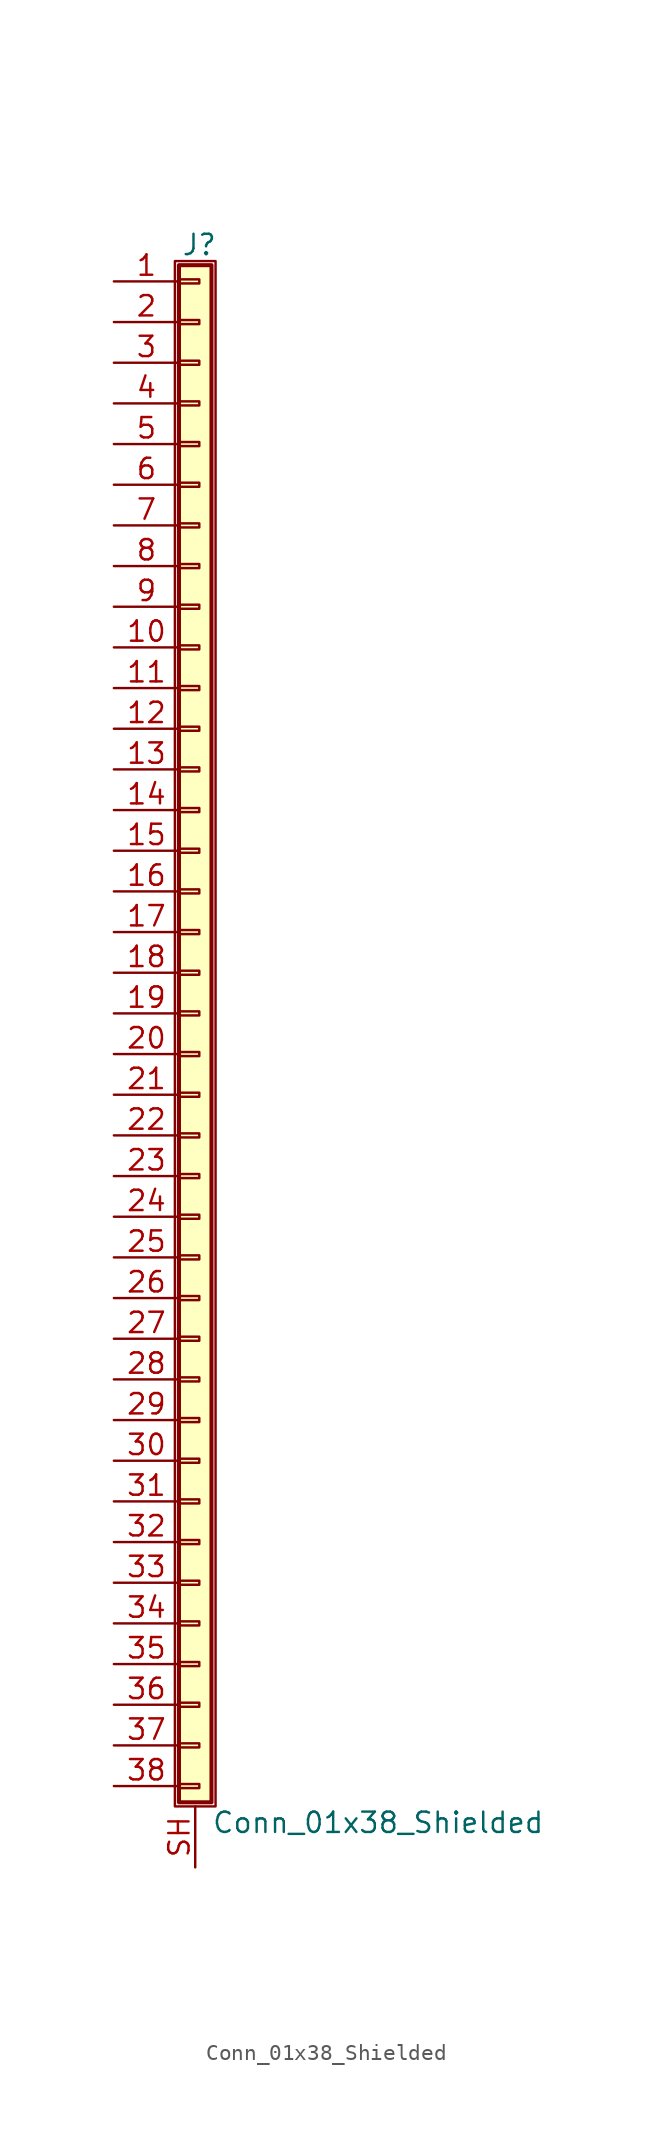
<source format=kicad_sym>
(kicad_symbol_lib
  (version 20201005)
  (generator kicad_symbol_editor)
  (symbol "Conn_01x38_Shielded"
    (pin_names
      (offset 1.016) hide)
    (property "Reference" "J"
      (at 0.254 48.006 0)
      (effects (font (size 1.27 1.27))))
    (property "Value" "Conn_01x38_Shielded"
      (at 1.016 -50.546 0)
      (effects (font (size 1.27 1.27)) (justify left)))
    (symbol "Conn_01x38_Shielded_1_1"
      (rectangle (start -1.27 46.99) (end 1.27 -49.53) (stroke (width 0.152)) (fill (type none)))
      (rectangle (start -1.016 -48.133) (end 0.254 -48.387) (stroke (width 0.152)) (fill (type none)))
      (rectangle (start -1.016 -45.593) (end 0.254 -45.847) (stroke (width 0.152)) (fill (type none)))
      (rectangle (start -1.016 -43.053) (end 0.254 -43.307) (stroke (width 0.152)) (fill (type none)))
      (rectangle (start -1.016 -40.513) (end 0.254 -40.767) (stroke (width 0.152)) (fill (type none)))
      (rectangle (start -1.016 -37.973) (end 0.254 -38.227) (stroke (width 0.152)) (fill (type none)))
      (rectangle (start -1.016 -35.433) (end 0.254 -35.687) (stroke (width 0.152)) (fill (type none)))
      (rectangle (start -1.016 -32.893) (end 0.254 -33.147) (stroke (width 0.152)) (fill (type none)))
      (rectangle (start -1.016 -30.353) (end 0.254 -30.607) (stroke (width 0.152)) (fill (type none)))
      (rectangle (start -1.016 -27.813) (end 0.254 -28.067) (stroke (width 0.152)) (fill (type none)))
      (rectangle (start -1.016 -25.273) (end 0.254 -25.527) (stroke (width 0.152)) (fill (type none)))
      (rectangle (start -1.016 -22.733) (end 0.254 -22.987) (stroke (width 0.152)) (fill (type none)))
      (rectangle (start -1.016 -20.193) (end 0.254 -20.447) (stroke (width 0.152)) (fill (type none)))
      (rectangle (start -1.016 -17.653) (end 0.254 -17.907) (stroke (width 0.152)) (fill (type none)))
      (rectangle (start -1.016 -15.113) (end 0.254 -15.367) (stroke (width 0.152)) (fill (type none)))
      (rectangle (start -1.016 -12.573) (end 0.254 -12.827) (stroke (width 0.152)) (fill (type none)))
      (rectangle (start -1.016 -10.033) (end 0.254 -10.287) (stroke (width 0.152)) (fill (type none)))
      (rectangle (start -1.016 -7.493) (end 0.254 -7.747) (stroke (width 0.152)) (fill (type none)))
      (rectangle (start -1.016 -4.953) (end 0.254 -5.207) (stroke (width 0.152)) (fill (type none)))
      (rectangle (start -1.016 -2.413) (end 0.254 -2.667) (stroke (width 0.152)) (fill (type none)))
      (rectangle (start -1.016 0.127) (end 0.254 -0.127) (stroke (width 0.152)) (fill (type none)))
      (rectangle (start -1.016 2.667) (end 0.254 2.413) (stroke (width 0.152)) (fill (type none)))
      (rectangle (start -1.016 5.207) (end 0.254 4.953) (stroke (width 0.152)) (fill (type none)))
      (rectangle (start -1.016 7.747) (end 0.254 7.493) (stroke (width 0.152)) (fill (type none)))
      (rectangle (start -1.016 10.287) (end 0.254 10.033) (stroke (width 0.152)) (fill (type none)))
      (rectangle (start -1.016 12.827) (end 0.254 12.573) (stroke (width 0.152)) (fill (type none)))
      (rectangle (start -1.016 15.367) (end 0.254 15.113) (stroke (width 0.152)) (fill (type none)))
      (rectangle (start -1.016 17.907) (end 0.254 17.653) (stroke (width 0.152)) (fill (type none)))
      (rectangle (start -1.016 20.447) (end 0.254 20.193) (stroke (width 0.152)) (fill (type none)))
      (rectangle (start -1.016 22.987) (end 0.254 22.733) (stroke (width 0.152)) (fill (type none)))
      (rectangle (start -1.016 25.527) (end 0.254 25.273) (stroke (width 0.152)) (fill (type none)))
      (rectangle (start -1.016 28.067) (end 0.254 27.813) (stroke (width 0.152)) (fill (type none)))
      (rectangle (start -1.016 30.607) (end 0.254 30.353) (stroke (width 0.152)) (fill (type none)))
      (rectangle (start -1.016 33.147) (end 0.254 32.893) (stroke (width 0.152)) (fill (type none)))
      (rectangle (start -1.016 35.687) (end 0.254 35.433) (stroke (width 0.152)) (fill (type none)))
      (rectangle (start -1.016 38.227) (end 0.254 37.973) (stroke (width 0.152)) (fill (type none)))
      (rectangle (start -1.016 40.767) (end 0.254 40.513) (stroke (width 0.152)) (fill (type none)))
      (rectangle (start -1.016 43.307) (end 0.254 43.053) (stroke (width 0.152)) (fill (type none)))
      (rectangle (start -1.016 45.847) (end 0.254 45.593) (stroke (width 0.152)) (fill (type none)))
      (rectangle (start -1.016 46.736) (end 1.016 -49.276) (stroke (width 0.254)) (fill (type background)))
      (pin passive line (at -5.08 45.72 0) (length 4.064) (name "Pin_1" (effects (font (size 1.27 1.27)))) (number "1" (effects (font (size 1.27 1.27)))))
      (pin passive line (at -5.08 22.86 0) (length 4.064) (name "Pin_10" (effects (font (size 1.27 1.27)))) (number "10" (effects (font (size 1.27 1.27)))))
      (pin passive line (at -5.08 20.32 0) (length 4.064) (name "Pin_11" (effects (font (size 1.27 1.27)))) (number "11" (effects (font (size 1.27 1.27)))))
      (pin passive line (at -5.08 17.78 0) (length 4.064) (name "Pin_12" (effects (font (size 1.27 1.27)))) (number "12" (effects (font (size 1.27 1.27)))))
      (pin passive line (at -5.08 15.24 0) (length 4.064) (name "Pin_13" (effects (font (size 1.27 1.27)))) (number "13" (effects (font (size 1.27 1.27)))))
      (pin passive line (at -5.08 12.7 0) (length 4.064) (name "Pin_14" (effects (font (size 1.27 1.27)))) (number "14" (effects (font (size 1.27 1.27)))))
      (pin passive line (at -5.08 10.16 0) (length 4.064) (name "Pin_15" (effects (font (size 1.27 1.27)))) (number "15" (effects (font (size 1.27 1.27)))))
      (pin passive line (at -5.08 7.62 0) (length 4.064) (name "Pin_16" (effects (font (size 1.27 1.27)))) (number "16" (effects (font (size 1.27 1.27)))))
      (pin passive line (at -5.08 5.08 0) (length 4.064) (name "Pin_17" (effects (font (size 1.27 1.27)))) (number "17" (effects (font (size 1.27 1.27)))))
      (pin passive line (at -5.08 2.54 0) (length 4.064) (name "Pin_18" (effects (font (size 1.27 1.27)))) (number "18" (effects (font (size 1.27 1.27)))))
      (pin passive line (at -5.08 0 0) (length 4.064) (name "Pin_19" (effects (font (size 1.27 1.27)))) (number "19" (effects (font (size 1.27 1.27)))))
      (pin passive line (at -5.08 43.18 0) (length 4.064) (name "Pin_2" (effects (font (size 1.27 1.27)))) (number "2" (effects (font (size 1.27 1.27)))))
      (pin passive line (at -5.08 -2.54 0) (length 4.064) (name "Pin_20" (effects (font (size 1.27 1.27)))) (number "20" (effects (font (size 1.27 1.27)))))
      (pin passive line (at -5.08 -5.08 0) (length 4.064) (name "Pin_21" (effects (font (size 1.27 1.27)))) (number "21" (effects (font (size 1.27 1.27)))))
      (pin passive line (at -5.08 -7.62 0) (length 4.064) (name "Pin_22" (effects (font (size 1.27 1.27)))) (number "22" (effects (font (size 1.27 1.27)))))
      (pin passive line (at -5.08 -10.16 0) (length 4.064) (name "Pin_23" (effects (font (size 1.27 1.27)))) (number "23" (effects (font (size 1.27 1.27)))))
      (pin passive line (at -5.08 -12.7 0) (length 4.064) (name "Pin_24" (effects (font (size 1.27 1.27)))) (number "24" (effects (font (size 1.27 1.27)))))
      (pin passive line (at -5.08 -15.24 0) (length 4.064) (name "Pin_25" (effects (font (size 1.27 1.27)))) (number "25" (effects (font (size 1.27 1.27)))))
      (pin passive line (at -5.08 -17.78 0) (length 4.064) (name "Pin_26" (effects (font (size 1.27 1.27)))) (number "26" (effects (font (size 1.27 1.27)))))
      (pin passive line (at -5.08 -20.32 0) (length 4.064) (name "Pin_27" (effects (font (size 1.27 1.27)))) (number "27" (effects (font (size 1.27 1.27)))))
      (pin passive line (at -5.08 -22.86 0) (length 4.064) (name "Pin_28" (effects (font (size 1.27 1.27)))) (number "28" (effects (font (size 1.27 1.27)))))
      (pin passive line (at -5.08 -25.4 0) (length 4.064) (name "Pin_29" (effects (font (size 1.27 1.27)))) (number "29" (effects (font (size 1.27 1.27)))))
      (pin passive line (at -5.08 40.64 0) (length 4.064) (name "Pin_3" (effects (font (size 1.27 1.27)))) (number "3" (effects (font (size 1.27 1.27)))))
      (pin passive line (at -5.08 -27.94 0) (length 4.064) (name "Pin_30" (effects (font (size 1.27 1.27)))) (number "30" (effects (font (size 1.27 1.27)))))
      (pin passive line (at -5.08 -30.48 0) (length 4.064) (name "Pin_31" (effects (font (size 1.27 1.27)))) (number "31" (effects (font (size 1.27 1.27)))))
      (pin passive line (at -5.08 -33.02 0) (length 4.064) (name "Pin_32" (effects (font (size 1.27 1.27)))) (number "32" (effects (font (size 1.27 1.27)))))
      (pin passive line (at -5.08 -35.56 0) (length 4.064) (name "Pin_33" (effects (font (size 1.27 1.27)))) (number "33" (effects (font (size 1.27 1.27)))))
      (pin passive line (at -5.08 -38.1 0) (length 4.064) (name "Pin_34" (effects (font (size 1.27 1.27)))) (number "34" (effects (font (size 1.27 1.27)))))
      (pin passive line (at -5.08 -40.64 0) (length 4.064) (name "Pin_35" (effects (font (size 1.27 1.27)))) (number "35" (effects (font (size 1.27 1.27)))))
      (pin passive line (at -5.08 -43.18 0) (length 4.064) (name "Pin_36" (effects (font (size 1.27 1.27)))) (number "36" (effects (font (size 1.27 1.27)))))
      (pin passive line (at -5.08 -45.72 0) (length 4.064) (name "Pin_37" (effects (font (size 1.27 1.27)))) (number "37" (effects (font (size 1.27 1.27)))))
      (pin passive line (at -5.08 -48.26 0) (length 4.064) (name "Pin_38" (effects (font (size 1.27 1.27)))) (number "38" (effects (font (size 1.27 1.27)))))
      (pin passive line (at -5.08 38.1 0) (length 4.064) (name "Pin_4" (effects (font (size 1.27 1.27)))) (number "4" (effects (font (size 1.27 1.27)))))
      (pin passive line (at -5.08 35.56 0) (length 4.064) (name "Pin_5" (effects (font (size 1.27 1.27)))) (number "5" (effects (font (size 1.27 1.27)))))
      (pin passive line (at -5.08 33.02 0) (length 4.064) (name "Pin_6" (effects (font (size 1.27 1.27)))) (number "6" (effects (font (size 1.27 1.27)))))
      (pin passive line (at -5.08 30.48 0) (length 4.064) (name "Pin_7" (effects (font (size 1.27 1.27)))) (number "7" (effects (font (size 1.27 1.27)))))
      (pin passive line (at -5.08 27.94 0) (length 4.064) (name "Pin_8" (effects (font (size 1.27 1.27)))) (number "8" (effects (font (size 1.27 1.27)))))
      (pin passive line (at -5.08 25.4 0) (length 4.064) (name "Pin_9" (effects (font (size 1.27 1.27)))) (number "9" (effects (font (size 1.27 1.27)))))
      (pin passive line (at 0 -53.34 90) (length 3.81) (name "Shield" (effects (font (size 1.27 1.27)))) (number "SH" (effects (font (size 1.27 1.27))))))))
</source>
